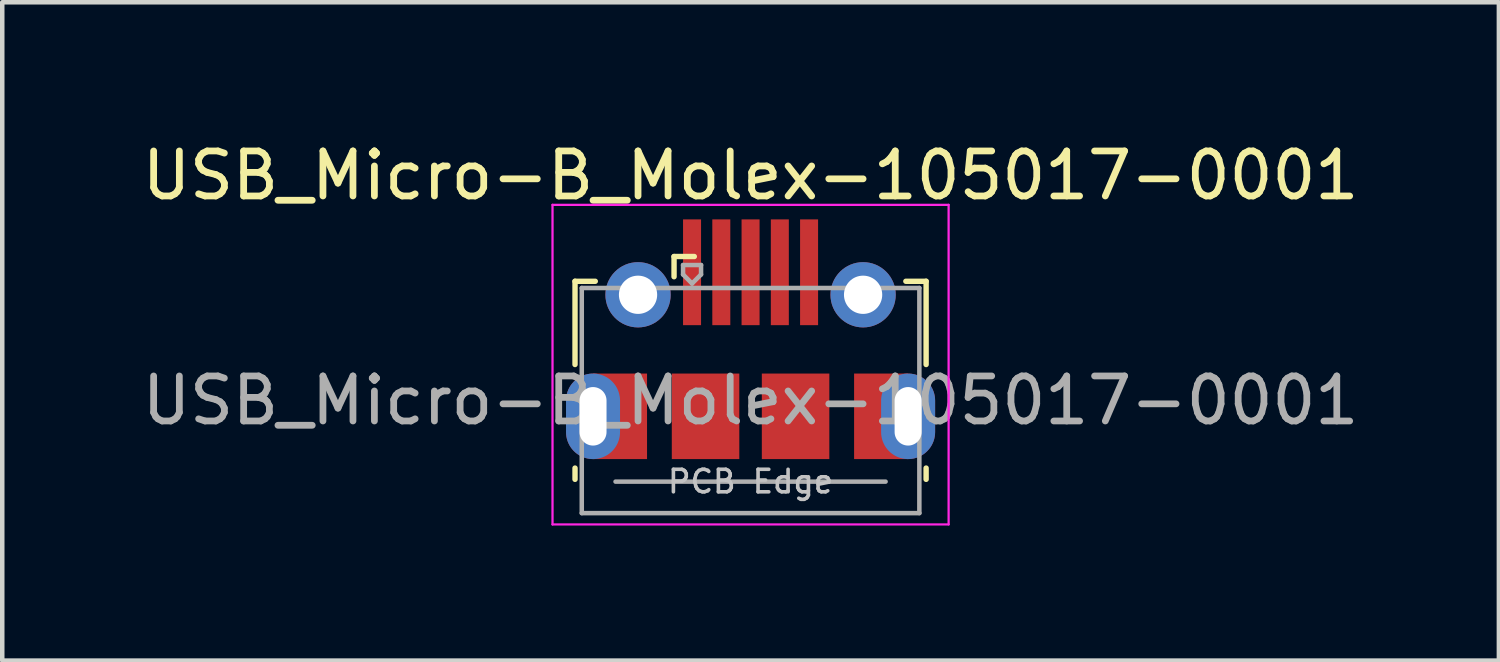
<source format=kicad_pcb>
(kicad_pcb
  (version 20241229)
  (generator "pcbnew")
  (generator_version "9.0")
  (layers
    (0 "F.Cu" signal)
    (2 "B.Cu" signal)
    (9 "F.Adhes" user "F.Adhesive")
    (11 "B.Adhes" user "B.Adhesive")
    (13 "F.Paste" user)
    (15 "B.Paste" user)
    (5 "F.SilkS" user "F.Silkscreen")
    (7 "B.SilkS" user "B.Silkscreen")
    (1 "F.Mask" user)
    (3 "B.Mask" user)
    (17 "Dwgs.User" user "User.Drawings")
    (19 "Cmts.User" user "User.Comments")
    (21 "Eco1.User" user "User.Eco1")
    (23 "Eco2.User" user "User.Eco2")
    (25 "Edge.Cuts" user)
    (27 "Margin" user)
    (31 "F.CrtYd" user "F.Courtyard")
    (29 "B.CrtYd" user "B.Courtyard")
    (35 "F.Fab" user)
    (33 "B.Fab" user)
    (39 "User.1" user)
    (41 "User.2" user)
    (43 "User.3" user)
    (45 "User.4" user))
  (footprint "USB_Micro-B_Molex-105017-0001"
    (layer "F.Cu")
    (at 13.625 4.961)
    (property "Reference" "USB_Micro-B_Molex-105017-0001" (at 0 -4.112 0) (layer "F.SilkS") (effects (font (size 1 1) (thickness 0.15))))
    (attr smd)
    (fp_line (start -3.9 -1.762) (end -3.45 -1.762) (stroke (width 0.12) (type solid)) (layer "F.SilkS"))
    (fp_line (start -3.9 0.087) (end -3.9 -1.762) (stroke (width 0.12) (type solid)) (layer "F.SilkS"))
    (fp_line (start -3.9 2.638) (end -3.9 2.388) (stroke (width 0.12) (type solid)) (layer "F.SilkS"))
    (fp_line (start -1.7 -2.312) (end -1.7 -1.863) (stroke (width 0.12) (type solid)) (layer "F.SilkS"))
    (fp_line (start -1.7 -2.312) (end -1.25 -2.312) (stroke (width 0.12) (type solid)) (layer "F.SilkS"))
    (fp_line (start 3.9 -1.762) (end 3.45 -1.762) (stroke (width 0.12) (type solid)) (layer "F.SilkS"))
    (fp_line (start 3.9 0.087) (end 3.9 -1.762) (stroke (width 0.12) (type solid)) (layer "F.SilkS"))
    (fp_line (start 3.9 2.638) (end 3.9 2.388) (stroke (width 0.12) (type solid)) (layer "F.SilkS"))
    (fp_line (start -4.4 -3.46) (end 4.4 -3.46) (stroke (width 0.05) (type solid)) (layer "F.CrtYd"))
    (fp_line (start -4.4 3.64) (end -4.4 -3.46) (stroke (width 0.05) (type solid)) (layer "F.CrtYd"))
    (fp_line (start -4.4 3.64) (end 4.4 3.64) (stroke (width 0.05) (type solid)) (layer "F.CrtYd"))
    (fp_line (start 4.4 -3.46) (end 4.4 3.64) (stroke (width 0.05) (type solid)) (layer "F.CrtYd"))
    (fp_line (start -3.75 -1.613) (end 3.75 -1.613) (stroke (width 0.1) (type solid)) (layer "F.Fab"))
    (fp_line (start -3.75 3.388) (end -3.75 -1.613) (stroke (width 0.1) (type solid)) (layer "F.Fab"))
    (fp_line (start -3.75 3.389) (end 3.75 3.389) (stroke (width 0.1) (type solid)) (layer "F.Fab"))
    (fp_line (start -3 2.689) (end 3 2.689) (stroke (width 0.1) (type solid)) (layer "F.Fab"))
    (fp_line (start -1.5 -2.123) (end -1.5 -1.913) (stroke (width 0.1) (type solid)) (layer "F.Fab"))
    (fp_line (start -1.5 -2.123) (end -1.1 -2.123) (stroke (width 0.1) (type solid)) (layer "F.Fab"))
    (fp_line (start -1.3 -1.712) (end -1.5 -1.913) (stroke (width 0.1) (type solid)) (layer "F.Fab"))
    (fp_line (start -1.1 -2.123) (end -1.1 -1.913) (stroke (width 0.1) (type solid)) (layer "F.Fab"))
    (fp_line (start -1.1 -1.913) (end -1.3 -1.712) (stroke (width 0.1) (type solid)) (layer "F.Fab"))
    (fp_line (start 3.75 3.388) (end 3.75 -1.613) (stroke (width 0.1) (type solid)) (layer "F.Fab"))
    (fp_text user "PCB Edge" (at 0 2.688 0) (layer "Dwgs.User") (effects (font (size 0.5 0.5) (thickness 0.08))))
    (fp_text user "${REFERENCE}" (at 0 0.887 0) (layer "F.Fab") (effects (font (size 1 1) (thickness 0.15))))
    (pad "1" smd rect (at -1.3 -1.962) (size 0.4 2.35) (layers "F.Cu" "F.Mask" "F.Paste"))
    (pad "2" smd rect (at -0.65 -1.962) (size 0.4 2.35) (layers "F.Cu" "F.Mask" "F.Paste"))
    (pad "3" smd rect (at 0 -1.962) (size 0.4 2.35) (layers "F.Cu" "F.Mask" "F.Paste"))
    (pad "4" smd rect (at 0.65 -1.962) (size 0.4 2.35) (layers "F.Cu" "F.Mask" "F.Paste"))
    (pad "5" smd rect (at 1.3 -1.962) (size 0.4 2.35) (layers "F.Cu" "F.Mask" "F.Paste"))
    (pad "6" thru_hole oval (at -3.5 1.238 180) (size 1.2 1.9) (drill oval 0.6 1.3) (layers "*.Cu" "*.Mask"))
    (pad "6" smd rect (at -2.9 1.238) (size 1.2 1.9) (layers "F.Cu" "F.Mask"))
    (pad "6" thru_hole circle (at -2.5 -1.462) (size 1.45 1.45) (drill 0.85) (layers "*.Cu" "*.Mask"))
    (pad "6" smd rect (at -1 1.238) (size 1.5 1.9) (layers "F.Cu" "F.Mask" "F.Paste"))
    (pad "6" smd rect (at 1 1.238) (size 1.5 1.9) (layers "F.Cu" "F.Mask" "F.Paste"))
    (pad "6" thru_hole circle (at 2.5 -1.462) (size 1.45 1.45) (drill 0.85) (layers "*.Cu" "*.Mask"))
    (pad "6" smd rect (at 2.9 1.238) (size 1.2 1.9) (layers "F.Cu" "F.Mask"))
    (pad "6" thru_hole oval (at 3.5 1.238) (size 1.2 1.9) (drill oval 0.6 1.3) (layers "*.Cu" "*.Mask")))
  (gr_rect
    (start -3 -3)
    (end 30.25 11.626)
    (stroke (width 0.1) (type default))
    (fill no)
    (layer "Edge.Cuts")))
</source>
